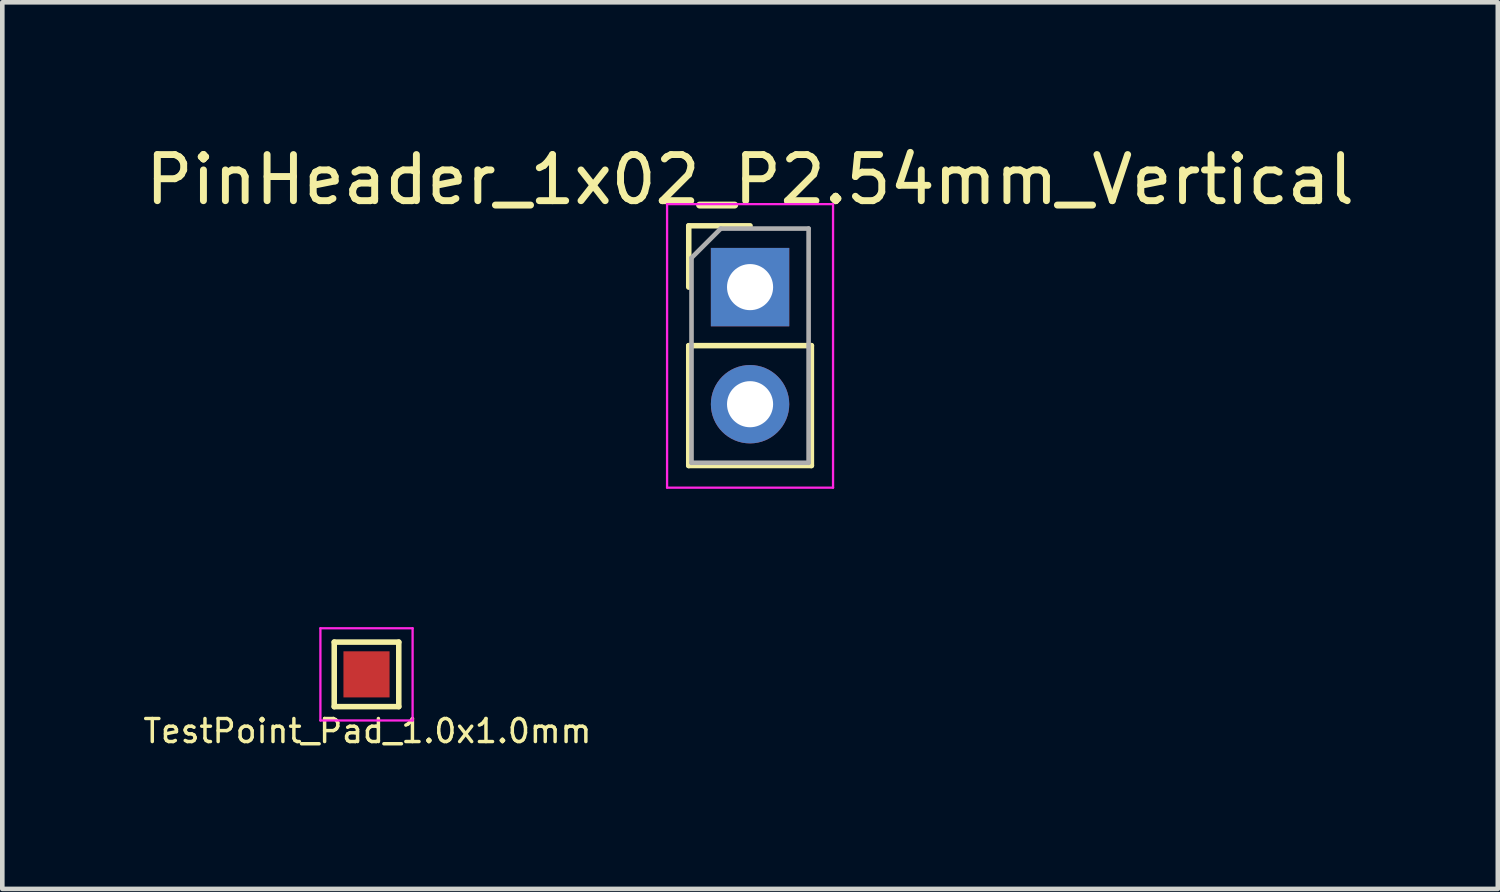
<source format=kicad_pcb>
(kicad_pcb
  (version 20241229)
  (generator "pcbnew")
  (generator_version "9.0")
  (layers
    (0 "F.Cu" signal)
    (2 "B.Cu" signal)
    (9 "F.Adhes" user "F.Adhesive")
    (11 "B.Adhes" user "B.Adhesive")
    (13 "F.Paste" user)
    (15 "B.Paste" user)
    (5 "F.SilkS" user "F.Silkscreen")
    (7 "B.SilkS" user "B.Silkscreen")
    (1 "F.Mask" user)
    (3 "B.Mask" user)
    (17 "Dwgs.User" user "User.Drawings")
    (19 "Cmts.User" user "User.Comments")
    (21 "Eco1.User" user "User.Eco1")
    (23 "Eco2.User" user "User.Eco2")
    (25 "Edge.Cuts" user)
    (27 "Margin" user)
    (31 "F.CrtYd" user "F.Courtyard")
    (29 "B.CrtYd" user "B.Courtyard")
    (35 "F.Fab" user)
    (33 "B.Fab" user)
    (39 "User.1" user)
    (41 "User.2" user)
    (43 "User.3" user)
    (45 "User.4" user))
  (footprint "PinHeader_1x02_P2.54mm_Vertical"
    (layer "F.Cu")
    (at 13.22 3.178)
    (property "Reference" "PinHeader_1x02_P2.54mm_Vertical" (at 0 -2.33 0) (layer "F.SilkS") (effects (font (size 1 1) (thickness 0.15))))
    (attr through_hole)
    (fp_line (start -1.33 -1.33) (end 0 -1.33) (stroke (width 0.12) (type solid)) (layer "F.SilkS"))
    (fp_line (start -1.33 0) (end -1.33 -1.33) (stroke (width 0.12) (type solid)) (layer "F.SilkS"))
    (fp_line (start -1.33 1.27) (end -1.33 3.87) (stroke (width 0.12) (type solid)) (layer "F.SilkS"))
    (fp_line (start -1.33 1.27) (end 1.33 1.27) (stroke (width 0.12) (type solid)) (layer "F.SilkS"))
    (fp_line (start -1.33 3.87) (end 1.33 3.87) (stroke (width 0.12) (type solid)) (layer "F.SilkS"))
    (fp_line (start 1.33 1.27) (end 1.33 3.87) (stroke (width 0.12) (type solid)) (layer "F.SilkS"))
    (fp_line (start -1.8 -1.8) (end -1.8 4.35) (stroke (width 0.05) (type solid)) (layer "F.CrtYd"))
    (fp_line (start -1.8 4.35) (end 1.8 4.35) (stroke (width 0.05) (type solid)) (layer "F.CrtYd"))
    (fp_line (start 1.8 -1.8) (end -1.8 -1.8) (stroke (width 0.05) (type solid)) (layer "F.CrtYd"))
    (fp_line (start 1.8 4.35) (end 1.8 -1.8) (stroke (width 0.05) (type solid)) (layer "F.CrtYd"))
    (fp_line (start -1.27 -0.635) (end -0.635 -1.27) (stroke (width 0.1) (type solid)) (layer "F.Fab"))
    (fp_line (start -1.27 3.81) (end -1.27 -0.635) (stroke (width 0.1) (type solid)) (layer "F.Fab"))
    (fp_line (start -0.635 -1.27) (end 1.27 -1.27) (stroke (width 0.1) (type solid)) (layer "F.Fab"))
    (fp_line (start 1.27 -1.27) (end 1.27 3.81) (stroke (width 0.1) (type solid)) (layer "F.Fab"))
    (fp_line (start 1.27 3.81) (end -1.27 3.81) (stroke (width 0.1) (type solid)) (layer "F.Fab"))
    (pad "1" thru_hole rect (at 0 0) (size 1.7 1.7) (drill 1) (layers "*.Cu" "*.Mask"))
    (pad "2" thru_hole oval (at 0 2.54) (size 1.7 1.7) (drill 1) (layers "*.Cu" "*.Mask")))
  (footprint "TestPoint_Pad_1.0x1.0mm"
    (layer "F.Cu")
    (at 4.9 11.578)
    (property "Reference" "TestPoint_Pad_1.0x1.0mm" (at 0.02 1.23 0) (layer "F.SilkS") (effects (font (size 0.5 0.5) (thickness 0.075))))
    (attr exclude_from_pos_files exclude_from_bom)
    (fp_line (start -0.7 -0.7) (end 0.7 -0.7) (stroke (width 0.12) (type solid)) (layer "F.SilkS"))
    (fp_line (start -0.7 0.7) (end -0.7 -0.7) (stroke (width 0.12) (type solid)) (layer "F.SilkS"))
    (fp_line (start 0.7 -0.7) (end 0.7 0.7) (stroke (width 0.12) (type solid)) (layer "F.SilkS"))
    (fp_line (start 0.7 0.7) (end -0.7 0.7) (stroke (width 0.12) (type solid)) (layer "F.SilkS"))
    (fp_line (start -1 -1) (end -1 1) (stroke (width 0.05) (type solid)) (layer "F.CrtYd"))
    (fp_line (start -1 -1) (end 1 -1) (stroke (width 0.05) (type solid)) (layer "F.CrtYd"))
    (fp_line (start 1 1) (end -1 1) (stroke (width 0.05) (type solid)) (layer "F.CrtYd"))
    (fp_line (start 1 1) (end 1 -1) (stroke (width 0.05) (type solid)) (layer "F.CrtYd"))
    (pad "1" smd rect (at 0 0) (size 1 1) (layers "F.Cu" "F.Mask")))
  (gr_rect
    (start -3 -3)
    (end 29.44 16.232)
    (stroke (width 0.1) (type default))
    (fill no)
    (layer "Edge.Cuts")))
</source>
